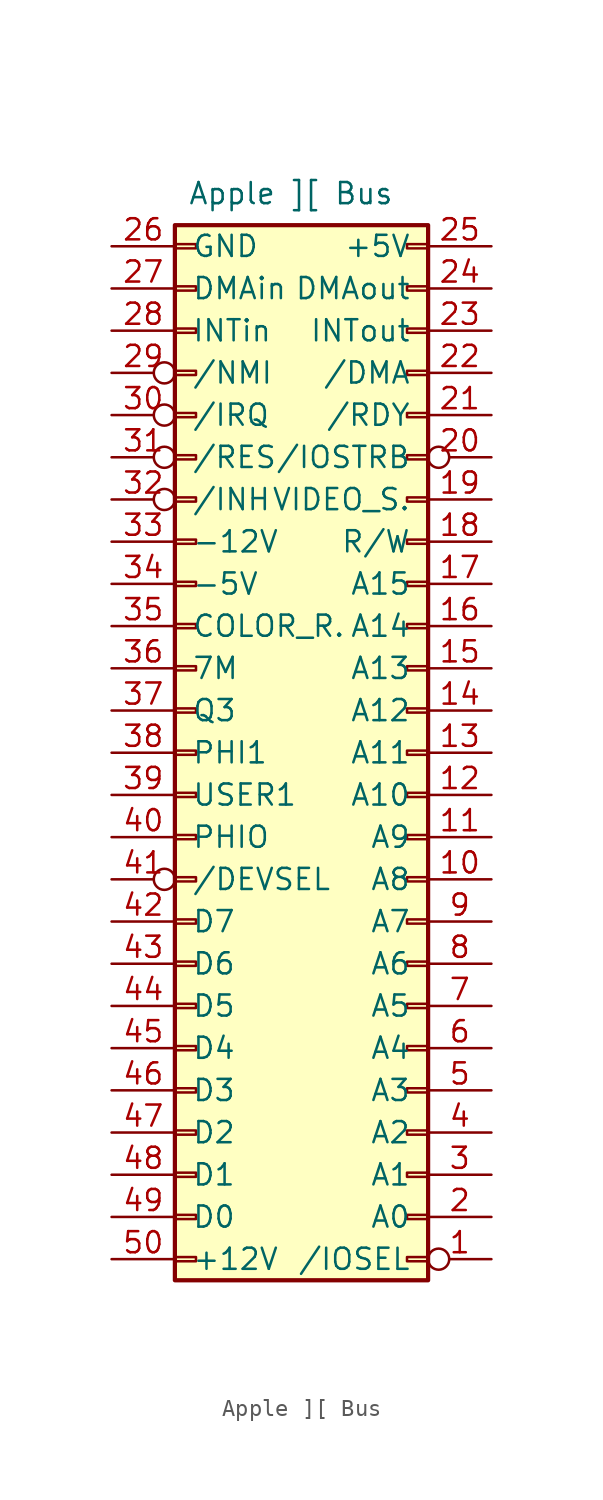
<source format=kicad_sym>
(kicad_symbol_lib
  (version 20241209)
  (generator "kicad_symbol_editor")
  (generator_version "9.0")
  (symbol "Apple ][ Bus"
    (pin_names
      (offset 1.016))
    (property "Reference" "J1"
      (at -0.635 -34.925 0)
      (effects (font (size 1.27 1.27)) (hide yes)))
    (property "Value" "Apple ][ Bus"
      (at -0.635 34.925 0)
      (effects (font (size 1.27 1.27))))
    (symbol "Apple ][ Bus_1_1"
      (rectangle (start -7.62 31.623) (end -6.35 31.877) (stroke (width 0.152) (type default)) (fill (type none)))
      (rectangle (start -7.62 29.083) (end -6.35 29.337) (stroke (width 0.152) (type default)) (fill (type none)))
      (rectangle (start -7.62 26.543) (end -6.35 26.797) (stroke (width 0.152) (type default)) (fill (type none)))
      (rectangle (start -7.62 24.003) (end -6.35 24.257) (stroke (width 0.152) (type default)) (fill (type none)))
      (rectangle (start -7.62 21.463) (end -6.35 21.717) (stroke (width 0.152) (type default)) (fill (type none)))
      (rectangle (start -7.62 18.923) (end -6.35 19.177) (stroke (width 0.152) (type default)) (fill (type none)))
      (rectangle (start -7.62 16.383) (end -6.35 16.637) (stroke (width 0.152) (type default)) (fill (type none)))
      (rectangle (start -7.62 13.843) (end -6.35 14.097) (stroke (width 0.152) (type default)) (fill (type none)))
      (rectangle (start -7.62 11.303) (end -6.35 11.557) (stroke (width 0.152) (type default)) (fill (type none)))
      (rectangle (start -7.62 8.763) (end -6.35 9.017) (stroke (width 0.152) (type default)) (fill (type none)))
      (rectangle (start -7.62 6.223) (end -6.35 6.477) (stroke (width 0.152) (type default)) (fill (type none)))
      (rectangle (start -7.62 3.683) (end -6.35 3.937) (stroke (width 0.152) (type default)) (fill (type none)))
      (rectangle (start -7.62 1.143) (end -6.35 1.397) (stroke (width 0.152) (type default)) (fill (type none)))
      (rectangle (start -7.62 -1.397) (end -6.35 -1.143) (stroke (width 0.152) (type default)) (fill (type none)))
      (rectangle (start -7.62 -3.937) (end -6.35 -3.683) (stroke (width 0.152) (type default)) (fill (type none)))
      (rectangle (start -7.62 -6.477) (end -6.35 -6.223) (stroke (width 0.152) (type default)) (fill (type none)))
      (rectangle (start -7.62 -9.017) (end -6.35 -8.763) (stroke (width 0.152) (type default)) (fill (type none)))
      (rectangle (start -7.62 -11.557) (end -6.35 -11.303) (stroke (width 0.152) (type default)) (fill (type none)))
      (rectangle (start -7.62 -14.097) (end -6.35 -13.843) (stroke (width 0.152) (type default)) (fill (type none)))
      (rectangle (start -7.62 -16.637) (end -6.35 -16.383) (stroke (width 0.152) (type default)) (fill (type none)))
      (rectangle (start -7.62 -19.177) (end -6.35 -18.923) (stroke (width 0.152) (type default)) (fill (type none)))
      (rectangle (start -7.62 -21.717) (end -6.35 -21.463) (stroke (width 0.152) (type default)) (fill (type none)))
      (rectangle (start -7.62 -24.257) (end -6.35 -24.003) (stroke (width 0.152) (type default)) (fill (type none)))
      (rectangle (start -7.62 -26.797) (end -6.35 -26.543) (stroke (width 0.152) (type default)) (fill (type none)))
      (rectangle (start -7.62 -29.337) (end -6.35 -29.083) (stroke (width 0.152) (type default)) (fill (type none)))
      (rectangle (start 6.35 -26.543) (end 7.62 -26.797) (stroke (width 0.152) (type default)) (fill (type none)))
      (rectangle (start 6.35 -29.083) (end 7.62 -29.337) (stroke (width 0.152) (type default)) (fill (type none)))
      (rectangle (start 7.62 31.623) (end 6.35 31.877) (stroke (width 0.152) (type default)) (fill (type none)))
      (rectangle (start 7.62 29.083) (end 6.35 29.337) (stroke (width 0.152) (type default)) (fill (type none)))
      (rectangle (start 7.62 26.543) (end 6.35 26.797) (stroke (width 0.152) (type default)) (fill (type none)))
      (rectangle (start 7.62 24.003) (end 6.35 24.257) (stroke (width 0.152) (type default)) (fill (type none)))
      (rectangle (start 7.62 21.463) (end 6.35 21.717) (stroke (width 0.152) (type default)) (fill (type none)))
      (rectangle (start 7.62 18.923) (end 6.35 19.177) (stroke (width 0.152) (type default)) (fill (type none)))
      (rectangle (start 7.62 16.383) (end 6.35 16.637) (stroke (width 0.152) (type default)) (fill (type none)))
      (rectangle (start 7.62 13.843) (end 6.35 14.097) (stroke (width 0.152) (type default)) (fill (type none)))
      (rectangle (start 7.62 11.303) (end 6.35 11.557) (stroke (width 0.152) (type default)) (fill (type none)))
      (rectangle (start 7.62 8.763) (end 6.35 9.017) (stroke (width 0.152) (type default)) (fill (type none)))
      (rectangle (start 7.62 6.223) (end 6.35 6.477) (stroke (width 0.152) (type default)) (fill (type none)))
      (rectangle (start 7.62 3.683) (end 6.35 3.937) (stroke (width 0.152) (type default)) (fill (type none)))
      (rectangle (start 7.62 1.143) (end 6.35 1.397) (stroke (width 0.152) (type default)) (fill (type none)))
      (rectangle (start 7.62 -1.397) (end 6.35 -1.143) (stroke (width 0.152) (type default)) (fill (type none)))
      (rectangle (start 7.62 -3.937) (end 6.35 -3.683) (stroke (width 0.152) (type default)) (fill (type none)))
      (rectangle (start 7.62 -6.477) (end 6.35 -6.223) (stroke (width 0.152) (type default)) (fill (type none)))
      (rectangle (start 7.62 -9.017) (end 6.35 -8.763) (stroke (width 0.152) (type default)) (fill (type none)))
      (rectangle (start 7.62 -11.557) (end 6.35 -11.303) (stroke (width 0.152) (type default)) (fill (type none)))
      (rectangle (start 7.62 -14.097) (end 6.35 -13.843) (stroke (width 0.152) (type default)) (fill (type none)))
      (rectangle (start 7.62 -16.637) (end 6.35 -16.383) (stroke (width 0.152) (type default)) (fill (type none)))
      (rectangle (start 7.62 -19.177) (end 6.35 -18.923) (stroke (width 0.152) (type default)) (fill (type none)))
      (rectangle (start 7.62 -21.717) (end 6.35 -21.463) (stroke (width 0.152) (type default)) (fill (type none)))
      (rectangle (start 7.62 -24.257) (end 6.35 -24.003) (stroke (width 0.152) (type default)) (fill (type none)))
      (rectangle (start 7.62 -30.48) (end -7.62 33.02) (stroke (width 0.254) (type default)) (fill (type background)))
      (pin power_out line (at -11.43 31.75 0) (length 3.81) (name "GND" (effects (font (size 1.27 1.27)))) (number "26" (effects (font (size 1.27 1.27)))))
      (pin input line (at -11.43 29.21 0) (length 3.81) (name "DMAin" (effects (font (size 1.27 1.27)))) (number "27" (effects (font (size 1.27 1.27)))))
      (pin input line (at -11.43 26.67 0) (length 3.81) (name "INTin" (effects (font (size 1.27 1.27)))) (number "28" (effects (font (size 1.27 1.27)))))
      (pin passive inverted (at -11.43 24.13 0) (length 3.81) (name "/NMI" (effects (font (size 1.27 1.27)))) (number "29" (effects (font (size 1.27 1.27)))))
      (pin passive inverted (at -11.43 21.59 0) (length 3.81) (name "/IRQ" (effects (font (size 1.27 1.27)))) (number "30" (effects (font (size 1.27 1.27)))))
      (pin passive inverted (at -11.43 19.05 0) (length 3.81) (name "/RES" (effects (font (size 1.27 1.27)))) (number "31" (effects (font (size 1.27 1.27)))))
      (pin passive inverted (at -11.43 16.51 0) (length 3.81) (name "/INH" (effects (font (size 1.27 1.27)))) (number "32" (effects (font (size 1.27 1.27)))))
      (pin power_out line (at -11.43 13.97 0) (length 3.81) (name "-12V" (effects (font (size 1.27 1.27)))) (number "33" (effects (font (size 1.27 1.27)))))
      (pin power_out line (at -11.43 11.43 0) (length 3.81) (name "-5V" (effects (font (size 1.27 1.27)))) (number "34" (effects (font (size 1.27 1.27)))))
      (pin passive line (at -11.43 8.89 0) (length 3.81) (name "COLOR_R." (effects (font (size 1.27 1.27)))) (number "35" (effects (font (size 1.27 1.27)))))
      (pin passive line (at -11.43 6.35 0) (length 3.81) (name "7M" (effects (font (size 1.27 1.27)))) (number "36" (effects (font (size 1.27 1.27)))))
      (pin passive line (at -11.43 3.81 0) (length 3.81) (name "Q3" (effects (font (size 1.27 1.27)))) (number "37" (effects (font (size 1.27 1.27)))))
      (pin passive line (at -11.43 1.27 0) (length 3.81) (name "PHI1" (effects (font (size 1.27 1.27)))) (number "38" (effects (font (size 1.27 1.27)))))
      (pin passive line (at -11.43 -1.27 0) (length 3.81) (name "USER1" (effects (font (size 1.27 1.27)))) (number "39" (effects (font (size 1.27 1.27)))))
      (pin passive line (at -11.43 -3.81 0) (length 3.81) (name "PHIO" (effects (font (size 1.27 1.27)))) (number "40" (effects (font (size 1.27 1.27)))))
      (pin passive inverted (at -11.43 -6.35 0) (length 3.81) (name "/DEVSEL" (effects (font (size 1.27 1.27)))) (number "41" (effects (font (size 1.27 1.27)))))
      (pin passive line (at -11.43 -8.89 0) (length 3.81) (name "D7" (effects (font (size 1.27 1.27)))) (number "42" (effects (font (size 1.27 1.27)))))
      (pin passive line (at -11.43 -11.43 0) (length 3.81) (name "D6" (effects (font (size 1.27 1.27)))) (number "43" (effects (font (size 1.27 1.27)))))
      (pin passive line (at -11.43 -13.97 0) (length 3.81) (name "D5" (effects (font (size 1.27 1.27)))) (number "44" (effects (font (size 1.27 1.27)))))
      (pin passive line (at -11.43 -16.51 0) (length 3.81) (name "D4" (effects (font (size 1.27 1.27)))) (number "45" (effects (font (size 1.27 1.27)))))
      (pin passive line (at -11.43 -19.05 0) (length 3.81) (name "D3" (effects (font (size 1.27 1.27)))) (number "46" (effects (font (size 1.27 1.27)))))
      (pin passive line (at -11.43 -21.59 0) (length 3.81) (name "D2" (effects (font (size 1.27 1.27)))) (number "47" (effects (font (size 1.27 1.27)))))
      (pin passive line (at -11.43 -24.13 0) (length 3.81) (name "D1" (effects (font (size 1.27 1.27)))) (number "48" (effects (font (size 1.27 1.27)))))
      (pin passive line (at -11.43 -26.67 0) (length 3.81) (name "D0" (effects (font (size 1.27 1.27)))) (number "49" (effects (font (size 1.27 1.27)))))
      (pin power_out line (at -11.43 -29.21 0) (length 3.81) (name "+12V" (effects (font (size 1.27 1.27)))) (number "50" (effects (font (size 1.27 1.27)))))
      (pin power_out line (at 11.43 31.75 180) (length 3.81) (name "+5V" (effects (font (size 1.27 1.27)))) (number "25" (effects (font (size 1.27 1.27)))))
      (pin output line (at 11.43 29.21 180) (length 3.81) (name "DMAout" (effects (font (size 1.27 1.27)))) (number "24" (effects (font (size 1.27 1.27)))))
      (pin output line (at 11.43 26.67 180) (length 3.81) (name "INTout" (effects (font (size 1.27 1.27)))) (number "23" (effects (font (size 1.27 1.27)))))
      (pin passive line (at 11.43 24.13 180) (length 3.81) (name "/DMA" (effects (font (size 1.27 1.27)))) (number "22" (effects (font (size 1.27 1.27)))))
      (pin passive line (at 11.43 21.59 180) (length 3.81) (name "/RDY" (effects (font (size 1.27 1.27)))) (number "21" (effects (font (size 1.27 1.27)))))
      (pin passive inverted (at 11.43 19.05 180) (length 3.81) (name "/IOSTRB" (effects (font (size 1.27 1.27)))) (number "20" (effects (font (size 1.27 1.27)))))
      (pin passive line (at 11.43 16.51 180) (length 3.81) (name "VIDEO_S." (effects (font (size 1.27 1.27)))) (number "19" (effects (font (size 1.27 1.27)))))
      (pin passive line (at 11.43 13.97 180) (length 3.81) (name "R/W" (effects (font (size 1.27 1.27)))) (number "18" (effects (font (size 1.27 1.27)))))
      (pin passive line (at 11.43 11.43 180) (length 3.81) (name "A15" (effects (font (size 1.27 1.27)))) (number "17" (effects (font (size 1.27 1.27)))))
      (pin passive line (at 11.43 8.89 180) (length 3.81) (name "A14" (effects (font (size 1.27 1.27)))) (number "16" (effects (font (size 1.27 1.27)))))
      (pin passive line (at 11.43 6.35 180) (length 3.81) (name "A13" (effects (font (size 1.27 1.27)))) (number "15" (effects (font (size 1.27 1.27)))))
      (pin passive line (at 11.43 3.81 180) (length 3.81) (name "A12" (effects (font (size 1.27 1.27)))) (number "14" (effects (font (size 1.27 1.27)))))
      (pin passive line (at 11.43 1.27 180) (length 3.81) (name "A11" (effects (font (size 1.27 1.27)))) (number "13" (effects (font (size 1.27 1.27)))))
      (pin passive line (at 11.43 -1.27 180) (length 3.81) (name "A10" (effects (font (size 1.27 1.27)))) (number "12" (effects (font (size 1.27 1.27)))))
      (pin passive line (at 11.43 -3.81 180) (length 3.81) (name "A9" (effects (font (size 1.27 1.27)))) (number "11" (effects (font (size 1.27 1.27)))))
      (pin passive line (at 11.43 -6.35 180) (length 3.81) (name "A8" (effects (font (size 1.27 1.27)))) (number "10" (effects (font (size 1.27 1.27)))))
      (pin passive line (at 11.43 -8.89 180) (length 3.81) (name "A7" (effects (font (size 1.27 1.27)))) (number "9" (effects (font (size 1.27 1.27)))))
      (pin passive line (at 11.43 -11.43 180) (length 3.81) (name "A6" (effects (font (size 1.27 1.27)))) (number "8" (effects (font (size 1.27 1.27)))))
      (pin passive line (at 11.43 -13.97 180) (length 3.81) (name "A5" (effects (font (size 1.27 1.27)))) (number "7" (effects (font (size 1.27 1.27)))))
      (pin passive line (at 11.43 -16.51 180) (length 3.81) (name "A4" (effects (font (size 1.27 1.27)))) (number "6" (effects (font (size 1.27 1.27)))))
      (pin passive line (at 11.43 -19.05 180) (length 3.81) (name "A3" (effects (font (size 1.27 1.27)))) (number "5" (effects (font (size 1.27 1.27)))))
      (pin passive line (at 11.43 -21.59 180) (length 3.81) (name "A2" (effects (font (size 1.27 1.27)))) (number "4" (effects (font (size 1.27 1.27)))))
      (pin passive line (at 11.43 -24.13 180) (length 3.81) (name "A1" (effects (font (size 1.27 1.27)))) (number "3" (effects (font (size 1.27 1.27)))))
      (pin passive line (at 11.43 -26.67 180) (length 3.81) (name "A0" (effects (font (size 1.27 1.27)))) (number "2" (effects (font (size 1.27 1.27)))))
      (pin passive inverted (at 11.43 -29.21 180) (length 3.81) (name "/IOSEL" (effects (font (size 1.27 1.27)))) (number "1" (effects (font (size 1.27 1.27))))))))
</source>
